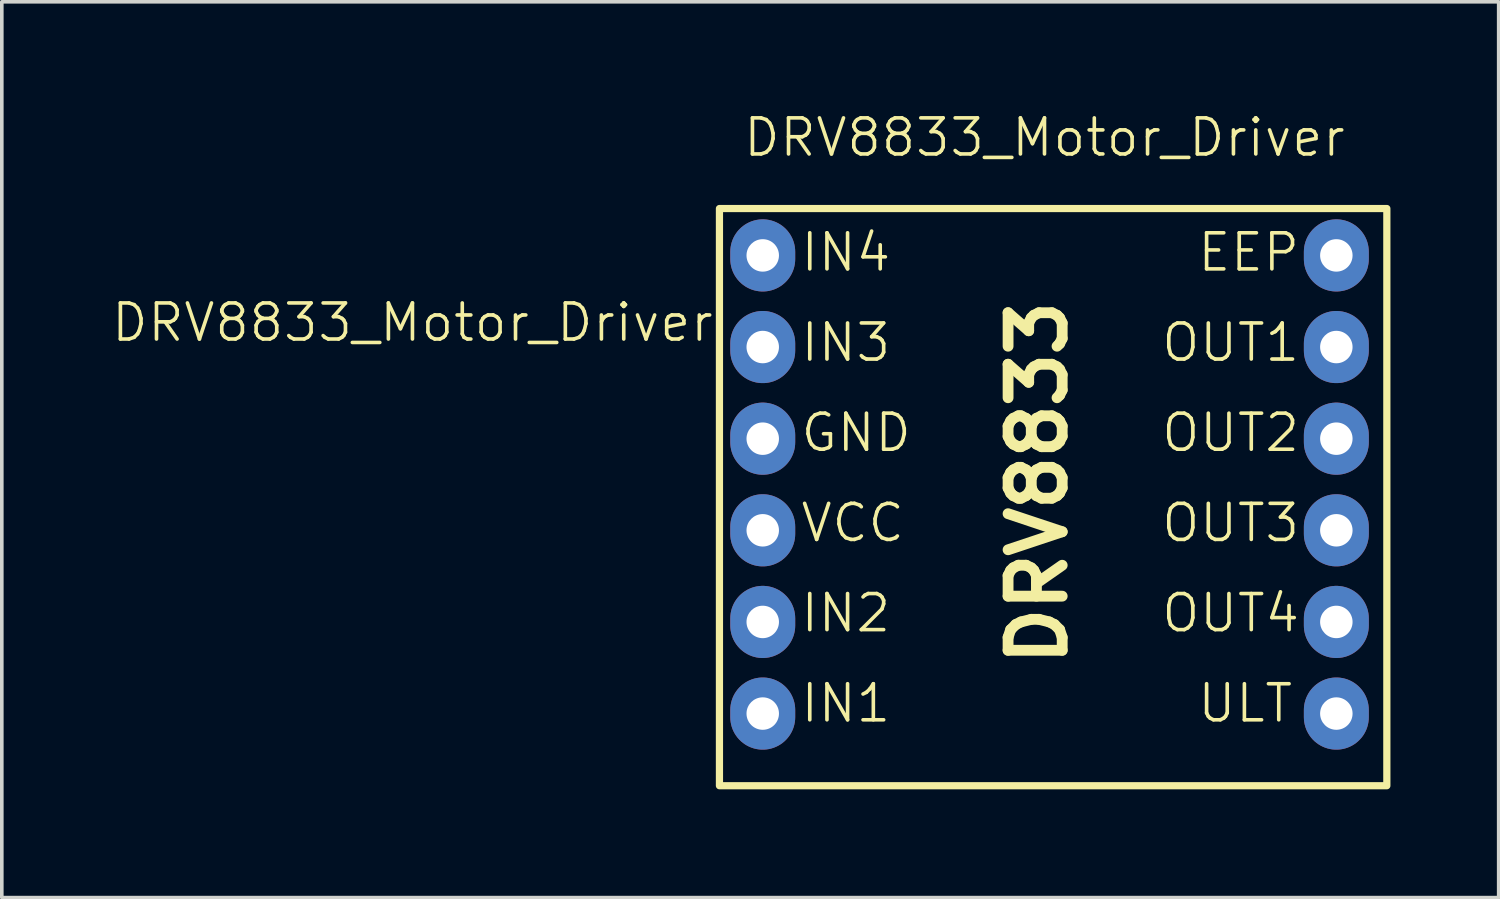
<source format=kicad_pcb>
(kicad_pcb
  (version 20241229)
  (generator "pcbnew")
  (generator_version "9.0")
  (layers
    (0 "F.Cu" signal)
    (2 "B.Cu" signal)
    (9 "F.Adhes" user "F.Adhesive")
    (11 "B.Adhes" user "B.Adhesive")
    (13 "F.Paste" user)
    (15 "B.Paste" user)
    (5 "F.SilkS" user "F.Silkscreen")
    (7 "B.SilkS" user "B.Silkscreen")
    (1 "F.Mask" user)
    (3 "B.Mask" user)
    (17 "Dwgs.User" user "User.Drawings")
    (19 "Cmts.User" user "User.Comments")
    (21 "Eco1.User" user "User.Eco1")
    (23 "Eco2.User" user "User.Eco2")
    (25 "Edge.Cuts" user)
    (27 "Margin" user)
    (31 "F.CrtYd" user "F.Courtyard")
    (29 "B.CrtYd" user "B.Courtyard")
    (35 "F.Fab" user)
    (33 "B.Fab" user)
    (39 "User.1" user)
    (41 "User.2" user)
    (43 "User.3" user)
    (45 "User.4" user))
  (footprint "DRV8833_Motor_Driver"
    (layer "F.Cu")
    (at 18.093 4.03)
    (property "Reference" "DRV8833_Motor_Driver" (at -9.71 1.86 0) (unlocked yes) (layer "F.SilkS") (effects (font (size 1 1) (thickness 0.1))))
    (attr through_hole)
    (fp_rect (start -1.2 -1.3) (end 17.3 14.7) (stroke (width 0.2) (type solid)) (fill no) (layer "F.SilkS"))
    (fp_text user "IN2" (at 1 10.5 0) (unlocked yes) (layer "F.SilkS") (effects (font (size 1 1) (thickness 0.1)) (justify left bottom)))
    (fp_text user "ULT" (at 12 13 0) (unlocked yes) (layer "F.SilkS") (effects (font (size 1 1) (thickness 0.1)) (justify left bottom)))
    (fp_text user "OUT3" (at 11 8 0) (unlocked yes) (layer "F.SilkS") (effects (font (size 1 1) (thickness 0.1)) (justify left bottom)))
    (fp_text user "VCC" (at 1 8 0) (unlocked yes) (layer "F.SilkS") (effects (font (size 1 1) (thickness 0.1)) (justify left bottom)))
    (fp_text user "OUT4" (at 11 10.5 0) (unlocked yes) (layer "F.SilkS") (effects (font (size 1 1) (thickness 0.1)) (justify left bottom)))
    (fp_text user "GND" (at 1 5.5 0) (unlocked yes) (layer "F.SilkS") (effects (font (size 1 1) (thickness 0.1)) (justify left bottom)))
    (fp_text user "OUT2" (at 11 5.5 0) (unlocked yes) (layer "F.SilkS") (effects (font (size 1 1) (thickness 0.1)) (justify left bottom)))
    (fp_text user "IN1" (at 1 13 0) (unlocked yes) (layer "F.SilkS") (effects (font (size 1 1) (thickness 0.1)) (justify left bottom)))
    (fp_text user "DRV8833" (at 8.5 11.5 90) (unlocked yes) (layer "F.SilkS") (effects (font (size 1.5 1.5) (thickness 0.3) (bold yes)) (justify left bottom)))
    (fp_text user "EEP" (at 12 0.5 0) (unlocked yes) (layer "F.SilkS") (effects (font (size 1 1) (thickness 0.1)) (justify left bottom)))
    (fp_text user "IN3" (at 1 3 0) (unlocked yes) (layer "F.SilkS") (effects (font (size 1 1) (thickness 0.1)) (justify left bottom)))
    (fp_text user "IN4" (at 1 0.5 0) (unlocked yes) (layer "F.SilkS") (effects (font (size 1 1) (thickness 0.1)) (justify left bottom)))
    (fp_text user "${REFERENCE}" (at 7.81 -3.27 0) (unlocked yes) (layer "F.SilkS") (effects (font (size 1 1) (thickness 0.1))))
    (fp_text user "OUT1" (at 11 3 0) (unlocked yes) (layer "F.SilkS") (effects (font (size 1 1) (thickness 0.1)) (justify left bottom)))
    (pad "1" thru_hole oval (at 0 0) (size 1.8 2) (drill 0.9) (layers "*.Cu" "*.Mask"))
    (pad "2" thru_hole oval (at 0 2.54) (size 1.8 2) (drill 0.9) (layers "*.Cu" "*.Mask"))
    (pad "3" thru_hole oval (at 0 5.08) (size 1.8 2) (drill 0.9) (layers "*.Cu" "*.Mask"))
    (pad "4" thru_hole oval (at 0 7.62) (size 1.8 2) (drill 0.9) (layers "*.Cu" "*.Mask"))
    (pad "5" thru_hole oval (at 0 10.16) (size 1.8 2) (drill 0.9) (layers "*.Cu" "*.Mask"))
    (pad "6" thru_hole oval (at 0 12.7) (size 1.8 2) (drill 0.9) (layers "*.Cu" "*.Mask"))
    (pad "7" thru_hole oval (at 15.9 12.7) (size 1.8 2) (drill 0.9) (layers "*.Cu" "*.Mask"))
    (pad "8" thru_hole oval (at 15.9 10.16) (size 1.8 2) (drill 0.9) (layers "*.Cu" "*.Mask"))
    (pad "9" thru_hole oval (at 15.9 7.62) (size 1.8 2) (drill 0.9) (layers "*.Cu" "*.Mask"))
    (pad "10" thru_hole oval (at 15.9 5.08) (size 1.8 2) (drill 0.9) (layers "*.Cu" "*.Mask"))
    (pad "11" thru_hole oval (at 15.9 2.54) (size 1.8 2) (drill 0.9) (layers "*.Cu" "*.Mask"))
    (pad "12" thru_hole oval (at 15.9 0) (size 1.8 2) (drill 0.9) (layers "*.Cu" "*.Mask"))
    (zone (net_name "") (layer "F.SilkS") (hatch edge 0.5) (connect_pads) (min_thickness 0.25) (filled_areas_thickness no) (keepout (tracks allowed) (vias allowed) (pads not_allowed) (copperpour allowed) (footprints not_allowed)) (placement (enabled no)) (fill) (polygon (pts (xy 16.893 2.731) (xy 35.393 2.731) (xy 35.393 18.73) (xy 16.893 18.73)))))
  (gr_rect
    (start -3 -3)
    (end 38.493 21.831)
    (stroke (width 0.1) (type default))
    (fill no)
    (layer "Edge.Cuts")))
</source>
